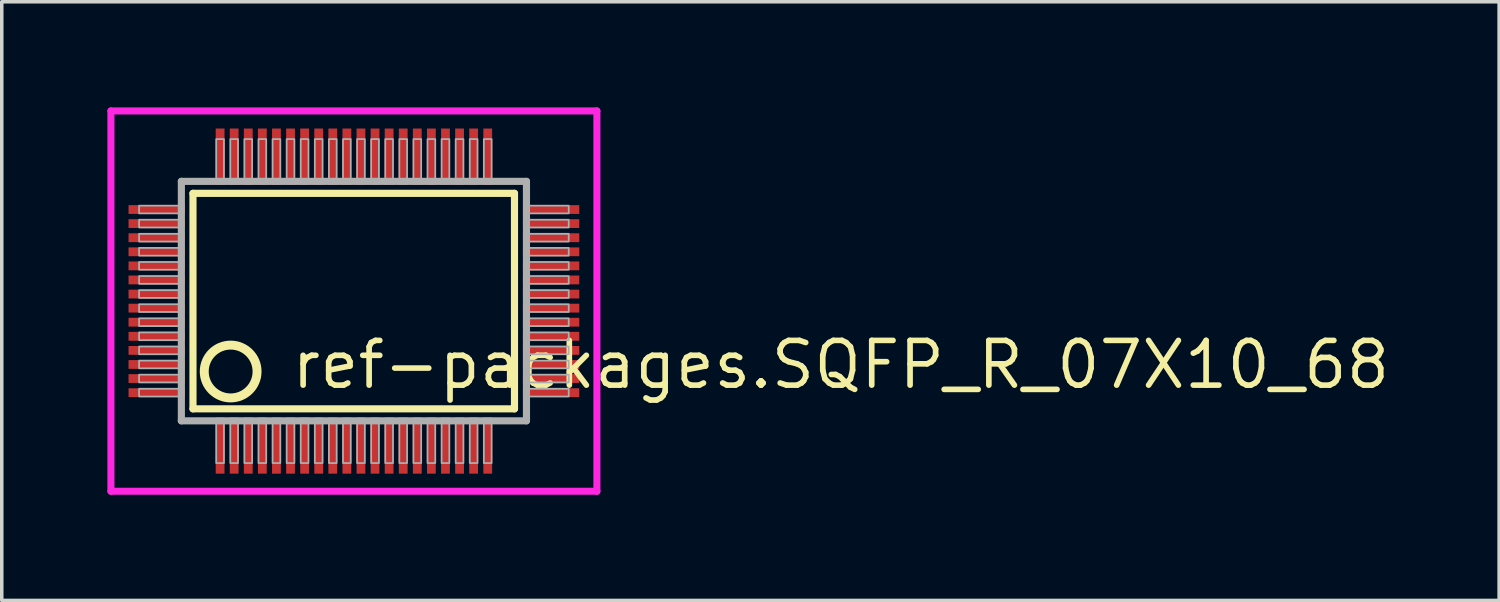
<source format=kicad_pcb>
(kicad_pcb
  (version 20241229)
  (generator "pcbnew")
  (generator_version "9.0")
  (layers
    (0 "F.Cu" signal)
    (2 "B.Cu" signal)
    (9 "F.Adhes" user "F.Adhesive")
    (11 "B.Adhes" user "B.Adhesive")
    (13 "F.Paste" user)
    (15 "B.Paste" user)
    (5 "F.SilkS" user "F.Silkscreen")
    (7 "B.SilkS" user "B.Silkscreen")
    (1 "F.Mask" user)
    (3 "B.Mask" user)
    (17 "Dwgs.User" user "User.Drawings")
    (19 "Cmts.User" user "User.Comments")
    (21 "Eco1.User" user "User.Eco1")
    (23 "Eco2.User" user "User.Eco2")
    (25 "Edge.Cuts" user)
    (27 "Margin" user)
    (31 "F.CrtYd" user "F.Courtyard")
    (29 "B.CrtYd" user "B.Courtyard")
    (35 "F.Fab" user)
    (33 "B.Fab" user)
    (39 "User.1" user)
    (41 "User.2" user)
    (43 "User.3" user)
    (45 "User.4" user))
  (footprint "ref-packages.SQFP_R_07X10_68"
    (layer "F.Cu")
    (at 7 5.5)
    (property "Reference" "ref-packages.SQFP_R_07X10_68" (at -1.85 2.55 0) (layer "F.SilkS") (effects (font (size 1.27 1.27) (thickness 0.16)) (justify left bottom)))
    (attr smd)
    (fp_line (start -4.57 -3.06) (end 4.56 -3.06) (stroke (width 0.203) (type default)) (layer "F.SilkS"))
    (fp_line (start -4.57 3.06) (end -4.57 -3.06) (stroke (width 0.203) (type default)) (layer "F.SilkS"))
    (fp_line (start 4.56 -3.06) (end 4.56 3.06) (stroke (width 0.203) (type default)) (layer "F.SilkS"))
    (fp_line (start 4.56 3.06) (end -4.57 3.06) (stroke (width 0.203) (type default)) (layer "F.SilkS"))
    (fp_circle (center -3.5 2) (end -2.75 2) (stroke (width 0.254) (type default)) (fill no) (layer "F.SilkS"))
    (fp_line (start -6.9 -5.4) (end 6.9 -5.4) (stroke (width 0.2) (type default)) (layer "F.CrtYd"))
    (fp_line (start -6.9 5.4) (end -6.9 -5.4) (stroke (width 0.2) (type default)) (layer "F.CrtYd"))
    (fp_line (start 6.9 -5.4) (end 6.9 5.4) (stroke (width 0.2) (type default)) (layer "F.CrtYd"))
    (fp_line (start 6.9 5.4) (end -6.9 5.4) (stroke (width 0.2) (type default)) (layer "F.CrtYd"))
    (fp_line (start -4.9 -3.4) (end -4.9 3.4) (stroke (width 0.203) (type default)) (layer "F.Fab"))
    (fp_line (start -4.9 3.4) (end 4.9 3.4) (stroke (width 0.203) (type default)) (layer "F.Fab"))
    (fp_line (start 4.9 -3.4) (end -4.9 -3.4) (stroke (width 0.203) (type default)) (layer "F.Fab"))
    (fp_line (start 4.9 3.4) (end 4.9 -3.4) (stroke (width 0.203) (type default)) (layer "F.Fab"))
    (fp_rect (start -6.1 -2.49) (end -4.95 -2.71) (stroke (width 0.05) (type default)) (fill no) (layer "F.Fab"))
    (fp_rect (start -6.1 -2.09) (end -4.95 -2.31) (stroke (width 0.05) (type default)) (fill no) (layer "F.Fab"))
    (fp_rect (start -6.1 -1.69) (end -4.95 -1.91) (stroke (width 0.05) (type default)) (fill no) (layer "F.Fab"))
    (fp_rect (start -6.1 -1.29) (end -4.95 -1.51) (stroke (width 0.05) (type default)) (fill no) (layer "F.Fab"))
    (fp_rect (start -6.1 -0.89) (end -4.95 -1.11) (stroke (width 0.05) (type default)) (fill no) (layer "F.Fab"))
    (fp_rect (start -6.1 -0.49) (end -4.95 -0.71) (stroke (width 0.05) (type default)) (fill no) (layer "F.Fab"))
    (fp_rect (start -6.1 -0.09) (end -4.95 -0.31) (stroke (width 0.05) (type default)) (fill no) (layer "F.Fab"))
    (fp_rect (start -6.1 0.31) (end -4.95 0.09) (stroke (width 0.05) (type default)) (fill no) (layer "F.Fab"))
    (fp_rect (start -6.1 0.71) (end -4.95 0.49) (stroke (width 0.05) (type default)) (fill no) (layer "F.Fab"))
    (fp_rect (start -6.1 1.11) (end -4.95 0.89) (stroke (width 0.05) (type default)) (fill no) (layer "F.Fab"))
    (fp_rect (start -6.1 1.51) (end -4.95 1.29) (stroke (width 0.05) (type default)) (fill no) (layer "F.Fab"))
    (fp_rect (start -6.1 1.91) (end -4.95 1.69) (stroke (width 0.05) (type default)) (fill no) (layer "F.Fab"))
    (fp_rect (start -6.1 2.31) (end -4.95 2.09) (stroke (width 0.05) (type default)) (fill no) (layer "F.Fab"))
    (fp_rect (start -6.1 2.71) (end -4.95 2.49) (stroke (width 0.05) (type default)) (fill no) (layer "F.Fab"))
    (fp_rect (start -3.91 -3.45) (end -3.69 -4.6) (stroke (width 0.05) (type default)) (fill no) (layer "F.Fab"))
    (fp_rect (start -3.91 4.6) (end -3.69 3.45) (stroke (width 0.05) (type default)) (fill no) (layer "F.Fab"))
    (fp_rect (start -3.51 -3.45) (end -3.29 -4.6) (stroke (width 0.05) (type default)) (fill no) (layer "F.Fab"))
    (fp_rect (start -3.51 4.6) (end -3.29 3.45) (stroke (width 0.05) (type default)) (fill no) (layer "F.Fab"))
    (fp_rect (start -3.11 -3.45) (end -2.89 -4.6) (stroke (width 0.05) (type default)) (fill no) (layer "F.Fab"))
    (fp_rect (start -3.11 4.6) (end -2.89 3.45) (stroke (width 0.05) (type default)) (fill no) (layer "F.Fab"))
    (fp_rect (start -2.71 -3.45) (end -2.49 -4.6) (stroke (width 0.05) (type default)) (fill no) (layer "F.Fab"))
    (fp_rect (start -2.71 4.6) (end -2.49 3.45) (stroke (width 0.05) (type default)) (fill no) (layer "F.Fab"))
    (fp_rect (start -2.31 -3.45) (end -2.09 -4.6) (stroke (width 0.05) (type default)) (fill no) (layer "F.Fab"))
    (fp_rect (start -2.31 4.6) (end -2.09 3.45) (stroke (width 0.05) (type default)) (fill no) (layer "F.Fab"))
    (fp_rect (start -1.91 -3.45) (end -1.69 -4.6) (stroke (width 0.05) (type default)) (fill no) (layer "F.Fab"))
    (fp_rect (start -1.91 4.6) (end -1.69 3.45) (stroke (width 0.05) (type default)) (fill no) (layer "F.Fab"))
    (fp_rect (start -1.51 -3.45) (end -1.29 -4.6) (stroke (width 0.05) (type default)) (fill no) (layer "F.Fab"))
    (fp_rect (start -1.51 4.6) (end -1.29 3.45) (stroke (width 0.05) (type default)) (fill no) (layer "F.Fab"))
    (fp_rect (start -1.11 -3.45) (end -0.89 -4.6) (stroke (width 0.05) (type default)) (fill no) (layer "F.Fab"))
    (fp_rect (start -1.11 4.6) (end -0.89 3.45) (stroke (width 0.05) (type default)) (fill no) (layer "F.Fab"))
    (fp_rect (start -0.71 -3.45) (end -0.49 -4.6) (stroke (width 0.05) (type default)) (fill no) (layer "F.Fab"))
    (fp_rect (start -0.71 4.6) (end -0.49 3.45) (stroke (width 0.05) (type default)) (fill no) (layer "F.Fab"))
    (fp_rect (start -0.31 -3.45) (end -0.09 -4.6) (stroke (width 0.05) (type default)) (fill no) (layer "F.Fab"))
    (fp_rect (start -0.31 4.6) (end -0.09 3.45) (stroke (width 0.05) (type default)) (fill no) (layer "F.Fab"))
    (fp_rect (start 0.09 -3.45) (end 0.31 -4.6) (stroke (width 0.05) (type default)) (fill no) (layer "F.Fab"))
    (fp_rect (start 0.09 4.6) (end 0.31 3.45) (stroke (width 0.05) (type default)) (fill no) (layer "F.Fab"))
    (fp_rect (start 0.49 -3.45) (end 0.71 -4.6) (stroke (width 0.05) (type default)) (fill no) (layer "F.Fab"))
    (fp_rect (start 0.49 4.6) (end 0.71 3.45) (stroke (width 0.05) (type default)) (fill no) (layer "F.Fab"))
    (fp_rect (start 0.89 -3.45) (end 1.11 -4.6) (stroke (width 0.05) (type default)) (fill no) (layer "F.Fab"))
    (fp_rect (start 0.89 4.6) (end 1.11 3.45) (stroke (width 0.05) (type default)) (fill no) (layer "F.Fab"))
    (fp_rect (start 1.29 -3.45) (end 1.51 -4.6) (stroke (width 0.05) (type default)) (fill no) (layer "F.Fab"))
    (fp_rect (start 1.29 4.6) (end 1.51 3.45) (stroke (width 0.05) (type default)) (fill no) (layer "F.Fab"))
    (fp_rect (start 1.69 -3.45) (end 1.91 -4.6) (stroke (width 0.05) (type default)) (fill no) (layer "F.Fab"))
    (fp_rect (start 1.69 4.6) (end 1.91 3.45) (stroke (width 0.05) (type default)) (fill no) (layer "F.Fab"))
    (fp_rect (start 2.09 -3.45) (end 2.31 -4.6) (stroke (width 0.05) (type default)) (fill no) (layer "F.Fab"))
    (fp_rect (start 2.09 4.6) (end 2.31 3.45) (stroke (width 0.05) (type default)) (fill no) (layer "F.Fab"))
    (fp_rect (start 2.49 -3.45) (end 2.71 -4.6) (stroke (width 0.05) (type default)) (fill no) (layer "F.Fab"))
    (fp_rect (start 2.49 4.6) (end 2.71 3.45) (stroke (width 0.05) (type default)) (fill no) (layer "F.Fab"))
    (fp_rect (start 2.89 -3.45) (end 3.11 -4.6) (stroke (width 0.05) (type default)) (fill no) (layer "F.Fab"))
    (fp_rect (start 2.89 4.6) (end 3.11 3.45) (stroke (width 0.05) (type default)) (fill no) (layer "F.Fab"))
    (fp_rect (start 3.29 -3.45) (end 3.51 -4.6) (stroke (width 0.05) (type default)) (fill no) (layer "F.Fab"))
    (fp_rect (start 3.29 4.6) (end 3.51 3.45) (stroke (width 0.05) (type default)) (fill no) (layer "F.Fab"))
    (fp_rect (start 3.69 -3.45) (end 3.91 -4.6) (stroke (width 0.05) (type default)) (fill no) (layer "F.Fab"))
    (fp_rect (start 3.69 4.6) (end 3.91 3.45) (stroke (width 0.05) (type default)) (fill no) (layer "F.Fab"))
    (fp_rect (start 4.95 -2.49) (end 6.1 -2.71) (stroke (width 0.05) (type default)) (fill no) (layer "F.Fab"))
    (fp_rect (start 4.95 -2.09) (end 6.1 -2.31) (stroke (width 0.05) (type default)) (fill no) (layer "F.Fab"))
    (fp_rect (start 4.95 -1.69) (end 6.1 -1.91) (stroke (width 0.05) (type default)) (fill no) (layer "F.Fab"))
    (fp_rect (start 4.95 -1.29) (end 6.1 -1.51) (stroke (width 0.05) (type default)) (fill no) (layer "F.Fab"))
    (fp_rect (start 4.95 -0.89) (end 6.1 -1.11) (stroke (width 0.05) (type default)) (fill no) (layer "F.Fab"))
    (fp_rect (start 4.95 -0.49) (end 6.1 -0.71) (stroke (width 0.05) (type default)) (fill no) (layer "F.Fab"))
    (fp_rect (start 4.95 -0.09) (end 6.1 -0.31) (stroke (width 0.05) (type default)) (fill no) (layer "F.Fab"))
    (fp_rect (start 4.95 0.31) (end 6.1 0.09) (stroke (width 0.05) (type default)) (fill no) (layer "F.Fab"))
    (fp_rect (start 4.95 0.71) (end 6.1 0.49) (stroke (width 0.05) (type default)) (fill no) (layer "F.Fab"))
    (fp_rect (start 4.95 1.11) (end 6.1 0.89) (stroke (width 0.05) (type default)) (fill no) (layer "F.Fab"))
    (fp_rect (start 4.95 1.51) (end 6.1 1.29) (stroke (width 0.05) (type default)) (fill no) (layer "F.Fab"))
    (fp_rect (start 4.95 1.91) (end 6.1 1.69) (stroke (width 0.05) (type default)) (fill no) (layer "F.Fab"))
    (fp_rect (start 4.95 2.31) (end 6.1 2.09) (stroke (width 0.05) (type default)) (fill no) (layer "F.Fab"))
    (fp_rect (start 4.95 2.71) (end 6.1 2.49) (stroke (width 0.05) (type default)) (fill no) (layer "F.Fab"))
    (pad "1" smd roundrect (at -3.8 4.1) (size 0.25 1.6) (layers "F.Cu" "F.Mask" "F.Paste") (roundrect_rratio 0.01))
    (pad "2" smd roundrect (at -3.4 4.1) (size 0.25 1.6) (layers "F.Cu" "F.Mask" "F.Paste") (roundrect_rratio 0.01))
    (pad "3" smd roundrect (at -3 4.1) (size 0.25 1.6) (layers "F.Cu" "F.Mask" "F.Paste") (roundrect_rratio 0.01))
    (pad "4" smd roundrect (at -2.6 4.1) (size 0.25 1.6) (layers "F.Cu" "F.Mask" "F.Paste") (roundrect_rratio 0.01))
    (pad "5" smd roundrect (at -2.2 4.1) (size 0.25 1.6) (layers "F.Cu" "F.Mask" "F.Paste") (roundrect_rratio 0.01))
    (pad "6" smd roundrect (at -1.8 4.1) (size 0.25 1.6) (layers "F.Cu" "F.Mask" "F.Paste") (roundrect_rratio 0.01))
    (pad "7" smd roundrect (at -1.4 4.1) (size 0.25 1.6) (layers "F.Cu" "F.Mask" "F.Paste") (roundrect_rratio 0.01))
    (pad "8" smd roundrect (at -1 4.1) (size 0.25 1.6) (layers "F.Cu" "F.Mask" "F.Paste") (roundrect_rratio 0.01))
    (pad "9" smd roundrect (at -0.6 4.1) (size 0.25 1.6) (layers "F.Cu" "F.Mask" "F.Paste") (roundrect_rratio 0.01))
    (pad "10" smd roundrect (at -0.2 4.1) (size 0.25 1.6) (layers "F.Cu" "F.Mask" "F.Paste") (roundrect_rratio 0.01))
    (pad "11" smd roundrect (at 0.2 4.1) (size 0.25 1.6) (layers "F.Cu" "F.Mask" "F.Paste") (roundrect_rratio 0.01))
    (pad "12" smd roundrect (at 0.6 4.1) (size 0.25 1.6) (layers "F.Cu" "F.Mask" "F.Paste") (roundrect_rratio 0.01))
    (pad "13" smd roundrect (at 1 4.1) (size 0.25 1.6) (layers "F.Cu" "F.Mask" "F.Paste") (roundrect_rratio 0.01))
    (pad "14" smd roundrect (at 1.4 4.1) (size 0.25 1.6) (layers "F.Cu" "F.Mask" "F.Paste") (roundrect_rratio 0.01))
    (pad "15" smd roundrect (at 1.8 4.1) (size 0.25 1.6) (layers "F.Cu" "F.Mask" "F.Paste") (roundrect_rratio 0.01))
    (pad "16" smd roundrect (at 2.2 4.1) (size 0.25 1.6) (layers "F.Cu" "F.Mask" "F.Paste") (roundrect_rratio 0.01))
    (pad "17" smd roundrect (at 2.6 4.1) (size 0.25 1.6) (layers "F.Cu" "F.Mask" "F.Paste") (roundrect_rratio 0.01))
    (pad "18" smd roundrect (at 3 4.1) (size 0.25 1.6) (layers "F.Cu" "F.Mask" "F.Paste") (roundrect_rratio 0.01))
    (pad "19" smd roundrect (at 3.4 4.1) (size 0.25 1.6) (layers "F.Cu" "F.Mask" "F.Paste") (roundrect_rratio 0.01))
    (pad "20" smd roundrect (at 3.8 4.1) (size 0.25 1.6) (layers "F.Cu" "F.Mask" "F.Paste") (roundrect_rratio 0.01))
    (pad "21" smd roundrect (at 5.6 2.6) (size 1.6 0.25) (layers "F.Cu" "F.Mask" "F.Paste") (roundrect_rratio 0.01))
    (pad "22" smd roundrect (at 5.6 2.2) (size 1.6 0.25) (layers "F.Cu" "F.Mask" "F.Paste") (roundrect_rratio 0.01))
    (pad "23" smd roundrect (at 5.6 1.8) (size 1.6 0.25) (layers "F.Cu" "F.Mask" "F.Paste") (roundrect_rratio 0.01))
    (pad "24" smd roundrect (at 5.6 1.4) (size 1.6 0.25) (layers "F.Cu" "F.Mask" "F.Paste") (roundrect_rratio 0.01))
    (pad "25" smd roundrect (at 5.6 1) (size 1.6 0.25) (layers "F.Cu" "F.Mask" "F.Paste") (roundrect_rratio 0.01))
    (pad "26" smd roundrect (at 5.6 0.6) (size 1.6 0.25) (layers "F.Cu" "F.Mask" "F.Paste") (roundrect_rratio 0.01))
    (pad "27" smd roundrect (at 5.6 0.2) (size 1.6 0.25) (layers "F.Cu" "F.Mask" "F.Paste") (roundrect_rratio 0.01))
    (pad "28" smd roundrect (at 5.6 -0.2) (size 1.6 0.25) (layers "F.Cu" "F.Mask" "F.Paste") (roundrect_rratio 0.01))
    (pad "29" smd roundrect (at 5.6 -0.6) (size 1.6 0.25) (layers "F.Cu" "F.Mask" "F.Paste") (roundrect_rratio 0.01))
    (pad "30" smd roundrect (at 5.6 -1) (size 1.6 0.25) (layers "F.Cu" "F.Mask" "F.Paste") (roundrect_rratio 0.01))
    (pad "31" smd roundrect (at 5.6 -1.4) (size 1.6 0.25) (layers "F.Cu" "F.Mask" "F.Paste") (roundrect_rratio 0.01))
    (pad "32" smd roundrect (at 5.6 -1.8) (size 1.6 0.25) (layers "F.Cu" "F.Mask" "F.Paste") (roundrect_rratio 0.01))
    (pad "33" smd roundrect (at 5.6 -2.2) (size 1.6 0.25) (layers "F.Cu" "F.Mask" "F.Paste") (roundrect_rratio 0.01))
    (pad "34" smd roundrect (at 5.6 -2.6) (size 1.6 0.25) (layers "F.Cu" "F.Mask" "F.Paste") (roundrect_rratio 0.01))
    (pad "35" smd roundrect (at 3.8 -4.1) (size 0.25 1.6) (layers "F.Cu" "F.Mask" "F.Paste") (roundrect_rratio 0.01))
    (pad "36" smd roundrect (at 3.4 -4.1) (size 0.25 1.6) (layers "F.Cu" "F.Mask" "F.Paste") (roundrect_rratio 0.01))
    (pad "37" smd roundrect (at 3 -4.1) (size 0.25 1.6) (layers "F.Cu" "F.Mask" "F.Paste") (roundrect_rratio 0.01))
    (pad "38" smd roundrect (at 2.6 -4.1) (size 0.25 1.6) (layers "F.Cu" "F.Mask" "F.Paste") (roundrect_rratio 0.01))
    (pad "39" smd roundrect (at 2.2 -4.1) (size 0.25 1.6) (layers "F.Cu" "F.Mask" "F.Paste") (roundrect_rratio 0.01))
    (pad "40" smd roundrect (at 1.8 -4.1) (size 0.25 1.6) (layers "F.Cu" "F.Mask" "F.Paste") (roundrect_rratio 0.01))
    (pad "41" smd roundrect (at 1.4 -4.1) (size 0.25 1.6) (layers "F.Cu" "F.Mask" "F.Paste") (roundrect_rratio 0.01))
    (pad "42" smd roundrect (at 1 -4.1) (size 0.25 1.6) (layers "F.Cu" "F.Mask" "F.Paste") (roundrect_rratio 0.01))
    (pad "43" smd roundrect (at 0.6 -4.1) (size 0.25 1.6) (layers "F.Cu" "F.Mask" "F.Paste") (roundrect_rratio 0.01))
    (pad "44" smd roundrect (at 0.2 -4.1) (size 0.25 1.6) (layers "F.Cu" "F.Mask" "F.Paste") (roundrect_rratio 0.01))
    (pad "45" smd roundrect (at -0.2 -4.1) (size 0.25 1.6) (layers "F.Cu" "F.Mask" "F.Paste") (roundrect_rratio 0.01))
    (pad "46" smd roundrect (at -0.6 -4.1) (size 0.25 1.6) (layers "F.Cu" "F.Mask" "F.Paste") (roundrect_rratio 0.01))
    (pad "47" smd roundrect (at -1 -4.1) (size 0.25 1.6) (layers "F.Cu" "F.Mask" "F.Paste") (roundrect_rratio 0.01))
    (pad "48" smd roundrect (at -1.4 -4.1) (size 0.25 1.6) (layers "F.Cu" "F.Mask" "F.Paste") (roundrect_rratio 0.01))
    (pad "49" smd roundrect (at -1.8 -4.1) (size 0.25 1.6) (layers "F.Cu" "F.Mask" "F.Paste") (roundrect_rratio 0.01))
    (pad "50" smd roundrect (at -2.2 -4.1) (size 0.25 1.6) (layers "F.Cu" "F.Mask" "F.Paste") (roundrect_rratio 0.01))
    (pad "51" smd roundrect (at -2.6 -4.1) (size 0.25 1.6) (layers "F.Cu" "F.Mask" "F.Paste") (roundrect_rratio 0.01))
    (pad "52" smd roundrect (at -3 -4.1) (size 0.25 1.6) (layers "F.Cu" "F.Mask" "F.Paste") (roundrect_rratio 0.01))
    (pad "53" smd roundrect (at -3.4 -4.1) (size 0.25 1.6) (layers "F.Cu" "F.Mask" "F.Paste") (roundrect_rratio 0.01))
    (pad "54" smd roundrect (at -3.8 -4.1) (size 0.25 1.6) (layers "F.Cu" "F.Mask" "F.Paste") (roundrect_rratio 0.01))
    (pad "55" smd roundrect (at -5.6 -2.6) (size 1.6 0.25) (layers "F.Cu" "F.Mask" "F.Paste") (roundrect_rratio 0.01))
    (pad "56" smd roundrect (at -5.6 -2.2) (size 1.6 0.25) (layers "F.Cu" "F.Mask" "F.Paste") (roundrect_rratio 0.01))
    (pad "57" smd roundrect (at -5.6 -1.8) (size 1.6 0.25) (layers "F.Cu" "F.Mask" "F.Paste") (roundrect_rratio 0.01))
    (pad "58" smd roundrect (at -5.6 -1.4) (size 1.6 0.25) (layers "F.Cu" "F.Mask" "F.Paste") (roundrect_rratio 0.01))
    (pad "59" smd roundrect (at -5.6 -1) (size 1.6 0.25) (layers "F.Cu" "F.Mask" "F.Paste") (roundrect_rratio 0.01))
    (pad "60" smd roundrect (at -5.6 -0.6) (size 1.6 0.25) (layers "F.Cu" "F.Mask" "F.Paste") (roundrect_rratio 0.01))
    (pad "61" smd roundrect (at -5.6 -0.2) (size 1.6 0.25) (layers "F.Cu" "F.Mask" "F.Paste") (roundrect_rratio 0.01))
    (pad "62" smd roundrect (at -5.6 0.2) (size 1.6 0.25) (layers "F.Cu" "F.Mask" "F.Paste") (roundrect_rratio 0.01))
    (pad "63" smd roundrect (at -5.6 0.6) (size 1.6 0.25) (layers "F.Cu" "F.Mask" "F.Paste") (roundrect_rratio 0.01))
    (pad "64" smd roundrect (at -5.6 1) (size 1.6 0.25) (layers "F.Cu" "F.Mask" "F.Paste") (roundrect_rratio 0.01))
    (pad "65" smd roundrect (at -5.6 1.4) (size 1.6 0.25) (layers "F.Cu" "F.Mask" "F.Paste") (roundrect_rratio 0.01))
    (pad "66" smd roundrect (at -5.6 1.8) (size 1.6 0.25) (layers "F.Cu" "F.Mask" "F.Paste") (roundrect_rratio 0.01))
    (pad "67" smd roundrect (at -5.6 2.2) (size 1.6 0.25) (layers "F.Cu" "F.Mask" "F.Paste") (roundrect_rratio 0.01))
    (pad "68" smd roundrect (at -5.6 2.6) (size 1.6 0.25) (layers "F.Cu" "F.Mask" "F.Paste") (roundrect_rratio 0.01)))
  (gr_rect
    (start -3 -3)
    (end 39.521 14)
    (stroke (width 0.1) (type default))
    (fill no)
    (layer "Edge.Cuts")))
</source>
